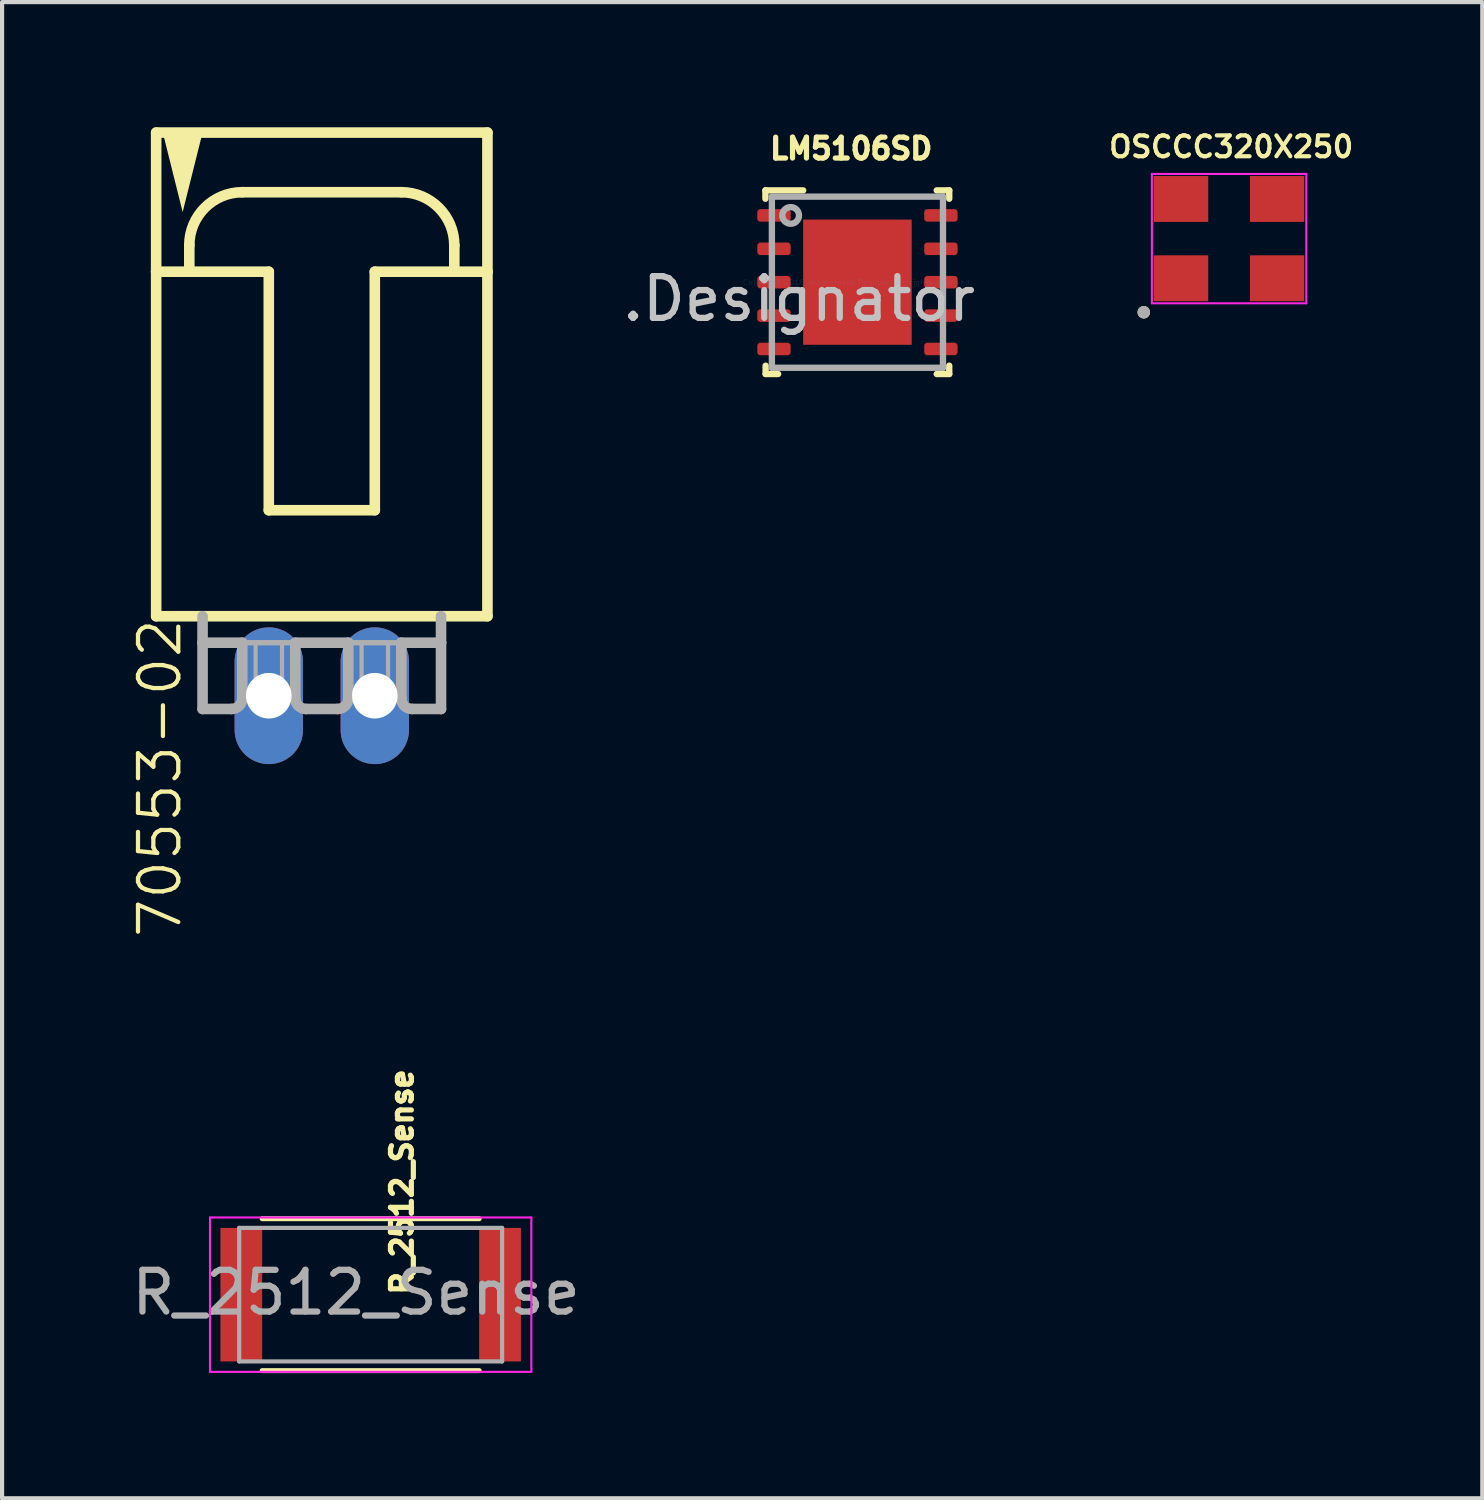
<source format=kicad_pcb>
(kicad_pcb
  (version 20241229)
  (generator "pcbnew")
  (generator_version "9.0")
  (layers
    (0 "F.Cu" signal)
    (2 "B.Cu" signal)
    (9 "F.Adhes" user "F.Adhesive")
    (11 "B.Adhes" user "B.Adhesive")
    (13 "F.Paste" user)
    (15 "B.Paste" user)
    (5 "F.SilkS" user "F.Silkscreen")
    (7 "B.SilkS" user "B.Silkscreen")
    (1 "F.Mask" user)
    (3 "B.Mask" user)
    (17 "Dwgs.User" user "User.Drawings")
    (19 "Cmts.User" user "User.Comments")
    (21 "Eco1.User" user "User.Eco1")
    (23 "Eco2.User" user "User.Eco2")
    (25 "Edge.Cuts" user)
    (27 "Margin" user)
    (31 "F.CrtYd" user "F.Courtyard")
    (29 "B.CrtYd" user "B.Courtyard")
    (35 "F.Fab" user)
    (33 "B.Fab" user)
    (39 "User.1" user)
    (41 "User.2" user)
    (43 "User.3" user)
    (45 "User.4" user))
  (footprint "OSCCC320X250"
    (layer "F.Cu")
    (at 26.402 2.668)
    (property "Reference" "OSCCC320X250" (at 0.05 -2.2 0) (layer "F.SilkS") (effects (font (size 0.5 0.5) (thickness 0.1))))
    (attr through_hole)
    (fp_circle (center -2.045 1.765) (end -1.97 1.765) (stroke (width 0.15) (type solid)) (fill no) (layer "F.SilkS"))
    (fp_line (start -1.85 -1.55) (end 1.85 -1.55) (stroke (width 0.05) (type solid)) (layer "F.CrtYd"))
    (fp_line (start -1.85 1.55) (end -1.85 -1.55) (stroke (width 0.05) (type solid)) (layer "F.CrtYd"))
    (fp_line (start 1.85 -1.55) (end 1.85 1.55) (stroke (width 0.05) (type solid)) (layer "F.CrtYd"))
    (fp_line (start 1.85 1.55) (end -1.85 1.55) (stroke (width 0.05) (type solid)) (layer "F.CrtYd"))
    (fp_circle (center -2.045 1.765) (end -1.97 1.765) (stroke (width 0.15) (type solid)) (fill no) (layer "F.Fab"))
    (pad "1" smd rect (at -1.15 0.95) (size 1.3 1.1) (layers "F.Cu" "F.Mask" "F.Paste"))
    (pad "2" smd rect (at -1.15 -0.95) (size 1.3 1.1) (layers "F.Cu" "F.Mask" "F.Paste"))
    (pad "2" smd rect (at 1.15 0.95) (size 1.3 1.1) (layers "F.Cu" "F.Mask" "F.Paste"))
    (pad "3" smd rect (at 1.15 -0.95) (size 1.3 1.1) (layers "F.Cu" "F.Mask" "F.Paste")))
  (footprint "R_2512_Sense"
    (layer "F.Cu")
    (at 5.832 27.973)
    (property "Reference" "R_2512_Sense" (at 0.75 -2.7 90) (layer "F.SilkS") (effects (font (size 0.5 0.5) (thickness 0.125))))
    (attr smd)
    (fp_line (start -2.6 -1.82) (end 2.6 -1.82) (stroke (width 0.12) (type solid)) (layer "F.SilkS"))
    (fp_line (start 2.6 1.82) (end -2.6 1.82) (stroke (width 0.12) (type solid)) (layer "F.SilkS"))
    (fp_line (start -3.85 -1.85) (end -3.85 1.85) (stroke (width 0.05) (type solid)) (layer "F.CrtYd"))
    (fp_line (start -3.85 -1.85) (end 3.85 -1.85) (stroke (width 0.05) (type solid)) (layer "F.CrtYd"))
    (fp_line (start 3.85 1.85) (end -3.85 1.85) (stroke (width 0.05) (type solid)) (layer "F.CrtYd"))
    (fp_line (start 3.85 1.85) (end 3.85 -1.85) (stroke (width 0.05) (type solid)) (layer "F.CrtYd"))
    (fp_line (start -3.15 -1.6) (end 3.15 -1.6) (stroke (width 0.1) (type solid)) (layer "F.Fab"))
    (fp_line (start -3.15 1.6) (end -3.15 -1.6) (stroke (width 0.1) (type solid)) (layer "F.Fab"))
    (fp_line (start 3.15 -1.6) (end 3.15 1.6) (stroke (width 0.1) (type solid)) (layer "F.Fab"))
    (fp_line (start 3.15 1.6) (end -3.15 1.6) (stroke (width 0.1) (type solid)) (layer "F.Fab"))
    (fp_text user "${REFERENCE}" (at -0.35 -0.05 180) (layer "F.Fab") (effects (font (size 1 1) (thickness 0.15))))
    (pad "1" smd rect (at -3.1 0) (size 1 3.2) (layers "F.Cu" "F.Mask" "F.Paste"))
    (pad "2" smd rect (at 3.1 0) (size 1 3.2) (layers "F.Cu" "F.Mask" "F.Paste")))
  (footprint "LM5106SD"
    (layer "F.Cu")
    (at 17.496 3.712)
    (property "Reference" "LM5106SD" (at -0.15 -3.2 0) (layer "F.SilkS") (effects (font (size 0.5 0.5) (thickness 0.125))))
    (attr through_hole)
    (fp_line (start -2.205 -2.2) (end -1.3 -2.2) (stroke (width 0.152) (type solid)) (layer "F.SilkS"))
    (fp_line (start -2.205 -2) (end -2.205 -2.2) (stroke (width 0.152) (type solid)) (layer "F.SilkS"))
    (fp_line (start -2.2 2.2) (end -2.2 2) (stroke (width 0.152) (type solid)) (layer "F.SilkS"))
    (fp_line (start -2.2 2.2) (end -1.9 2.2) (stroke (width 0.152) (type solid)) (layer "F.SilkS"))
    (fp_line (start 1.9 -2.2) (end 2.2 -2.2) (stroke (width 0.152) (type solid)) (layer "F.SilkS"))
    (fp_line (start 1.9 2.2) (end 2.2 2.2) (stroke (width 0.152) (type solid)) (layer "F.SilkS"))
    (fp_line (start 2.2 -2) (end 2.2 -2.2) (stroke (width 0.152) (type solid)) (layer "F.SilkS"))
    (fp_line (start 2.2 2.2) (end 2.2 2) (stroke (width 0.152) (type solid)) (layer "F.SilkS"))
    (fp_line (start -1.248 -1.41) (end -1.248 -0.1) (stroke (width 0.152) (type solid)) (layer "F.Paste"))
    (fp_line (start -1.248 -0.1) (end -0.1 -0.1) (stroke (width 0.152) (type solid)) (layer "F.Paste"))
    (fp_line (start -1.248 0.1) (end -1.248 1.41) (stroke (width 0.152) (type solid)) (layer "F.Paste"))
    (fp_line (start -1.248 1.41) (end -0.1 1.41) (stroke (width 0.152) (type solid)) (layer "F.Paste"))
    (fp_line (start -0.1 -1.41) (end -1.248 -1.41) (stroke (width 0.152) (type solid)) (layer "F.Paste"))
    (fp_line (start -0.1 -0.1) (end -0.1 -1.41) (stroke (width 0.152) (type solid)) (layer "F.Paste"))
    (fp_line (start -0.1 0.1) (end -1.248 0.1) (stroke (width 0.152) (type solid)) (layer "F.Paste"))
    (fp_line (start -0.1 1.41) (end -0.1 0.1) (stroke (width 0.152) (type solid)) (layer "F.Paste"))
    (fp_line (start 0.1 -1.41) (end 0.1 -0.1) (stroke (width 0.152) (type solid)) (layer "F.Paste"))
    (fp_line (start 0.1 -0.1) (end 1.248 -0.1) (stroke (width 0.152) (type solid)) (layer "F.Paste"))
    (fp_line (start 0.1 0.1) (end 0.1 1.41) (stroke (width 0.152) (type solid)) (layer "F.Paste"))
    (fp_line (start 0.1 1.41) (end 1.248 1.41) (stroke (width 0.152) (type solid)) (layer "F.Paste"))
    (fp_line (start 1.248 -1.41) (end 0.1 -1.41) (stroke (width 0.152) (type solid)) (layer "F.Paste"))
    (fp_line (start 1.248 -0.1) (end 1.248 -1.41) (stroke (width 0.152) (type solid)) (layer "F.Paste"))
    (fp_line (start 1.248 0.1) (end 0.1 0.1) (stroke (width 0.152) (type solid)) (layer "F.Paste"))
    (fp_line (start 1.248 1.41) (end 1.248 0.1) (stroke (width 0.152) (type solid)) (layer "F.Paste"))
    (fp_line (start -2.05 -2.05) (end 2.05 -2.05) (stroke (width 0.152) (type solid)) (layer "F.Fab"))
    (fp_line (start -2.05 2.05) (end -2.05 -2.05) (stroke (width 0.152) (type solid)) (layer "F.Fab"))
    (fp_line (start -2.05 2.05) (end 2.05 2.05) (stroke (width 0.152) (type solid)) (layer "F.Fab"))
    (fp_line (start 2.05 2.05) (end 2.05 -2.05) (stroke (width 0.152) (type solid)) (layer "F.Fab"))
    (fp_circle (center -1.6 -1.6) (end -1.4 -1.6) (stroke (width 0.152) (type solid)) (fill no) (layer "F.Fab"))
    (fp_text user ".Designator" (at -1.4 0.4 0) (layer "Dwgs.User") (effects (font (size 1 1) (thickness 0.15))))
    (fp_text user "Copyright 2016 Accelerated Designs. All rights reserved." (at 0 0 0) (layer "Cmts.User") (effects (font (size 0.127 0.127) (thickness 0.002))))
    (pad "1" smd roundrect (at -2 -1.6 90) (size 0.3 0.8) (layers "F.Cu" "F.Mask" "F.Paste") (roundrect_rratio 0.25))
    (pad "2" smd roundrect (at -2 -0.8 90) (size 0.3 0.8) (layers "F.Cu" "F.Mask" "F.Paste") (roundrect_rratio 0.25))
    (pad "3" smd roundrect (at -2 0 90) (size 0.3 0.8) (layers "F.Cu" "F.Mask" "F.Paste") (roundrect_rratio 0.25))
    (pad "4" smd roundrect (at -2 0.8 90) (size 0.3 0.8) (layers "F.Cu" "F.Mask" "F.Paste") (roundrect_rratio 0.25))
    (pad "5" smd roundrect (at -2 1.6 90) (size 0.3 0.8) (layers "F.Cu" "F.Mask" "F.Paste") (roundrect_rratio 0.25))
    (pad "6" smd roundrect (at 2 1.6 90) (size 0.3 0.8) (layers "F.Cu" "F.Mask" "F.Paste") (roundrect_rratio 0.25))
    (pad "7" smd roundrect (at 2 0.8 90) (size 0.3 0.8) (layers "F.Cu" "F.Mask" "F.Paste") (roundrect_rratio 0.25))
    (pad "8" smd roundrect (at 2 0 90) (size 0.3 0.8) (layers "F.Cu" "F.Mask" "F.Paste") (roundrect_rratio 0.25))
    (pad "9" smd roundrect (at 2 -0.8 90) (size 0.3 0.8) (layers "F.Cu" "F.Mask" "F.Paste") (roundrect_rratio 0.25))
    (pad "10" smd roundrect (at 2 -1.6 90) (size 0.3 0.8) (layers "F.Cu" "F.Mask" "F.Paste") (roundrect_rratio 0.25))
    (pad "11" smd rect (at 0 0 90) (size 3 2.6) (layers "F.Cu" "F.Mask" "F.Paste")))
  (footprint "70553-02"
    (layer "F.Cu")
    (at 4.661 6.001)
    (property "Reference" "70553-02" (at -4.445 5.715 90) (layer "F.SilkS") (effects (font (size 0.965 0.965) (thickness 0.102)) (justify right top)))
    (attr through_hole)
    (fp_line (start -3.969 -5.874) (end -3.969 -2.54) (stroke (width 0.254) (type solid)) (layer "F.SilkS"))
    (fp_line (start -3.969 -2.54) (end -3.969 5.715) (stroke (width 0.254) (type solid)) (layer "F.SilkS"))
    (fp_line (start -3.969 -2.54) (end -3.175 -2.54) (stroke (width 0.254) (type solid)) (layer "F.SilkS"))
    (fp_line (start -3.969 5.715) (end 3.969 5.715) (stroke (width 0.254) (type solid)) (layer "F.SilkS"))
    (fp_line (start -3.175 -2.54) (end -3.175 -3.175) (stroke (width 0.254) (type solid)) (layer "F.SilkS"))
    (fp_line (start -3.175 -2.54) (end -1.27 -2.54) (stroke (width 0.254) (type solid)) (layer "F.SilkS"))
    (fp_line (start -1.905 -4.445) (end 1.905 -4.445) (stroke (width 0.254) (type solid)) (layer "F.SilkS"))
    (fp_line (start -1.27 -2.54) (end -1.27 3.175) (stroke (width 0.254) (type solid)) (layer "F.SilkS"))
    (fp_line (start -1.27 3.175) (end 1.27 3.175) (stroke (width 0.254) (type solid)) (layer "F.SilkS"))
    (fp_line (start 1.27 -2.54) (end 3.175 -2.54) (stroke (width 0.254) (type solid)) (layer "F.SilkS"))
    (fp_line (start 1.27 3.175) (end 1.27 -2.54) (stroke (width 0.254) (type solid)) (layer "F.SilkS"))
    (fp_line (start 3.175 -3.175) (end 3.175 -2.54) (stroke (width 0.254) (type solid)) (layer "F.SilkS"))
    (fp_line (start 3.175 -2.54) (end 3.969 -2.54) (stroke (width 0.254) (type solid)) (layer "F.SilkS"))
    (fp_line (start 3.969 -5.874) (end -3.969 -5.874) (stroke (width 0.254) (type solid)) (layer "F.SilkS"))
    (fp_line (start 3.969 -2.54) (end 3.969 -5.874) (stroke (width 0.254) (type solid)) (layer "F.SilkS"))
    (fp_line (start 3.969 5.715) (end 3.969 -2.54) (stroke (width 0.254) (type solid)) (layer "F.SilkS"))
    (fp_arc (start -3.175 -3.175) (mid -2.803026 -4.073026) (end -1.905 -4.445) (stroke (width 0.254) (type solid)) (layer "F.SilkS"))
    (fp_arc (start 1.905 -4.445) (mid 2.803026 -4.073026) (end 3.175 -3.175) (stroke (width 0.254) (type solid)) (layer "F.SilkS"))
    (fp_poly (pts (xy -3.81 -5.874) (xy -3.334 -3.969) (xy -2.857 -5.874)) (stroke (width 0) (type solid)) (fill yes) (layer "F.SilkS"))
    (fp_line (start -2.857 5.715) (end -2.857 6.35) (stroke (width 0.254) (type solid)) (layer "F.Fab"))
    (fp_line (start -2.857 6.35) (end -2.857 7.938) (stroke (width 0.254) (type solid)) (layer "F.Fab"))
    (fp_line (start -2.857 6.35) (end -1.905 6.35) (stroke (width 0.254) (type solid)) (layer "F.Fab"))
    (fp_line (start -2.159 7.938) (end -2.857 7.938) (stroke (width 0.254) (type solid)) (layer "F.Fab"))
    (fp_line (start -1.905 6.35) (end -1.905 7.684) (stroke (width 0.254) (type solid)) (layer "F.Fab"))
    (fp_line (start -1.905 6.35) (end -0.635 6.35) (stroke (width 0.127) (type solid)) (layer "F.Fab"))
    (fp_line (start -0.635 6.35) (end -0.635 7.684) (stroke (width 0.254) (type solid)) (layer "F.Fab"))
    (fp_line (start -0.635 6.35) (end 0.635 6.35) (stroke (width 0.254) (type solid)) (layer "F.Fab"))
    (fp_line (start 0.381 7.938) (end -0.381 7.938) (stroke (width 0.254) (type solid)) (layer "F.Fab"))
    (fp_line (start 0.635 6.35) (end 0.635 7.684) (stroke (width 0.254) (type solid)) (layer "F.Fab"))
    (fp_line (start 0.635 6.35) (end 1.905 6.35) (stroke (width 0.127) (type solid)) (layer "F.Fab"))
    (fp_line (start 1.905 6.35) (end 1.905 7.684) (stroke (width 0.254) (type solid)) (layer "F.Fab"))
    (fp_line (start 1.905 6.35) (end 2.857 6.35) (stroke (width 0.254) (type solid)) (layer "F.Fab"))
    (fp_line (start 2.159 7.938) (end 2.857 7.938) (stroke (width 0.254) (type solid)) (layer "F.Fab"))
    (fp_line (start 2.857 6.35) (end 2.857 5.715) (stroke (width 0.254) (type solid)) (layer "F.Fab"))
    (fp_line (start 2.857 7.938) (end 2.857 6.35) (stroke (width 0.254) (type solid)) (layer "F.Fab"))
    (fp_arc (start -1.905 7.6835) (mid -1.979395 7.863105) (end -2.159 7.9375) (stroke (width 0.254) (type solid)) (layer "F.Fab"))
    (fp_arc (start -0.381 7.9375) (mid -0.560605 7.863105) (end -0.635 7.6835) (stroke (width 0.254) (type solid)) (layer "F.Fab"))
    (fp_arc (start 0.635 7.6835) (mid 0.560605 7.863105) (end 0.381 7.9375) (stroke (width 0.254) (type solid)) (layer "F.Fab"))
    (fp_arc (start 2.159 7.9375) (mid 1.979395 7.863105) (end 1.905 7.6835) (stroke (width 0.254) (type solid)) (layer "F.Fab"))
    (fp_poly (pts (xy -1.587 7.62) (xy -0.953 7.62) (xy -0.953 6.35) (xy -1.587 6.35)) (stroke (width 0.1) (type solid)) (fill no) (layer "F.Fab"))
    (fp_poly (pts (xy 0.953 7.62) (xy 1.587 7.62) (xy 1.587 6.35) (xy 0.953 6.35)) (stroke (width 0.1) (type solid)) (fill no) (layer "F.Fab"))
    (pad "1" thru_hole oval (at -1.27 7.62 90) (size 3.277 1.638) (drill 1.092) (layers "*.Cu" "*.Mask"))
    (pad "2" thru_hole oval (at 1.27 7.62 90) (size 3.277 1.638) (drill 1.092) (layers "*.Cu" "*.Mask")))
  (gr_rect
    (start -3 -3)
    (end 32.469 32.853)
    (stroke (width 0.1) (type default))
    (fill no)
    (layer "Edge.Cuts")))
</source>
